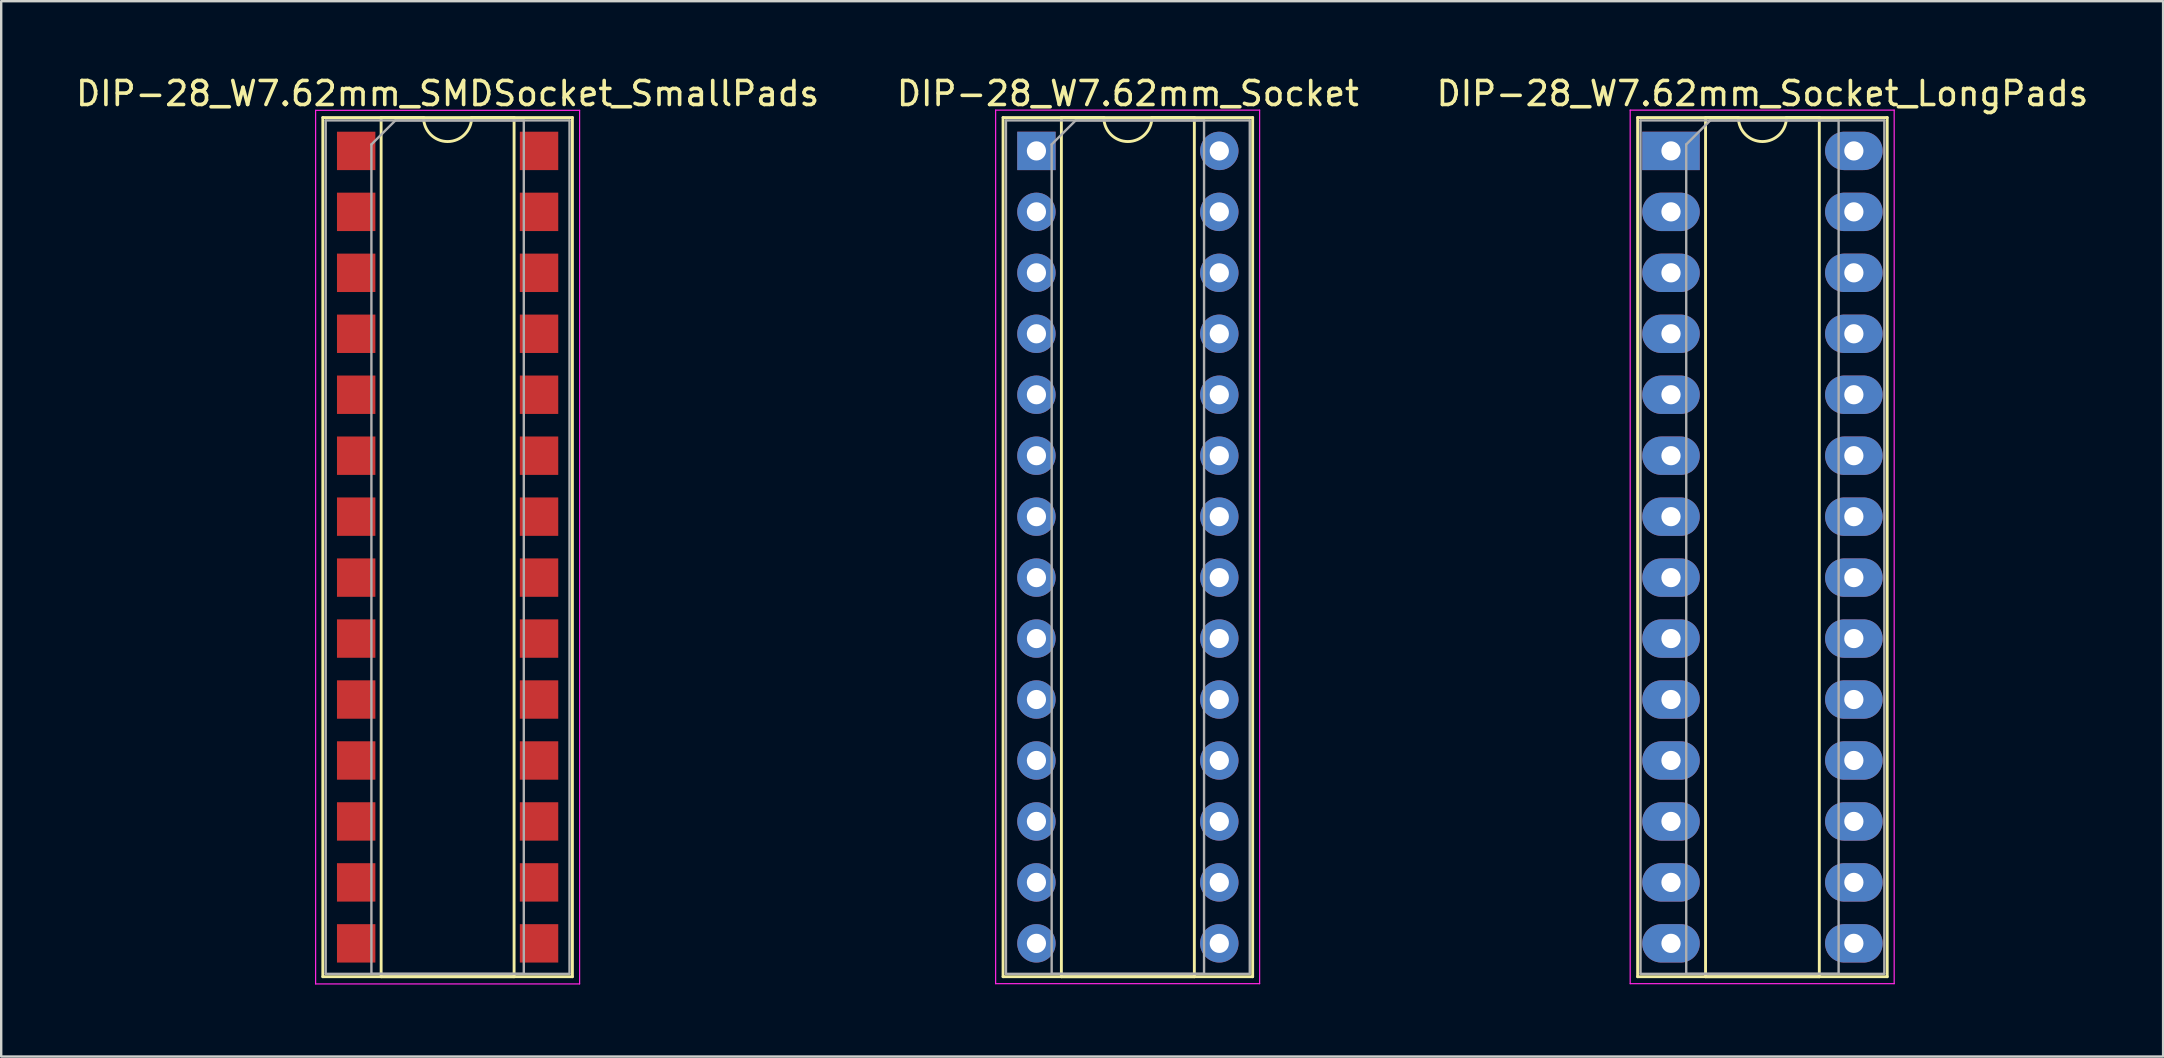
<source format=kicad_pcb>
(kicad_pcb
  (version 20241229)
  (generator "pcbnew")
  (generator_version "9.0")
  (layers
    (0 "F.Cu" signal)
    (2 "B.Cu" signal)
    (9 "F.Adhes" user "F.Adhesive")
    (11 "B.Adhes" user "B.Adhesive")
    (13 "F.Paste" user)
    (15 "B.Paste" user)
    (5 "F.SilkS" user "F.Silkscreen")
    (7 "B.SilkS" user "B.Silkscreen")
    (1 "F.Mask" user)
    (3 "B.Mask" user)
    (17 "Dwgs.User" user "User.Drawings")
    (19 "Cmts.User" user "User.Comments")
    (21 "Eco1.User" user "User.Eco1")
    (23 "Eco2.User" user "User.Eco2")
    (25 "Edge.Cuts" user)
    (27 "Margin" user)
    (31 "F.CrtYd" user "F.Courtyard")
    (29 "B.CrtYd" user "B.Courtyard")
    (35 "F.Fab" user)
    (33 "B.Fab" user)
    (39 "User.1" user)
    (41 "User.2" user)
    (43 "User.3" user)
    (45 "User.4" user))
  (footprint "DIP-28_W7.62mm_Socket"
    (layer "F.Cu")
    (at 40.136 3.238)
    (property "Reference" "DIP-28_W7.62mm_Socket" (at 3.81 -2.39 0) (layer "F.SilkS") (effects (font (size 1 1) (thickness 0.15))))
    (attr through_hole)
    (fp_line (start -1.39 -1.39) (end -1.39 34.41) (stroke (width 0.12) (type solid)) (layer "F.SilkS"))
    (fp_line (start -1.39 34.41) (end 9.01 34.41) (stroke (width 0.12) (type solid)) (layer "F.SilkS"))
    (fp_line (start 1.04 -1.39) (end 1.04 34.41) (stroke (width 0.12) (type solid)) (layer "F.SilkS"))
    (fp_line (start 1.04 34.41) (end 6.58 34.41) (stroke (width 0.12) (type solid)) (layer "F.SilkS"))
    (fp_line (start 2.81 -1.39) (end 1.04 -1.39) (stroke (width 0.12) (type solid)) (layer "F.SilkS"))
    (fp_line (start 6.58 -1.39) (end 4.81 -1.39) (stroke (width 0.12) (type solid)) (layer "F.SilkS"))
    (fp_line (start 6.58 34.41) (end 6.58 -1.39) (stroke (width 0.12) (type solid)) (layer "F.SilkS"))
    (fp_line (start 9.01 -1.39) (end -1.39 -1.39) (stroke (width 0.12) (type solid)) (layer "F.SilkS"))
    (fp_line (start 9.01 34.41) (end 9.01 -1.39) (stroke (width 0.12) (type solid)) (layer "F.SilkS"))
    (fp_arc (start 4.81 -1.39) (mid 3.81 -0.39) (end 2.81 -1.39) (stroke (width 0.12) (type solid)) (layer "F.SilkS"))
    (fp_line (start -1.7 -1.7) (end -1.7 34.7) (stroke (width 0.05) (type solid)) (layer "F.CrtYd"))
    (fp_line (start -1.7 34.7) (end 9.3 34.7) (stroke (width 0.05) (type solid)) (layer "F.CrtYd"))
    (fp_line (start 9.3 -1.7) (end -1.7 -1.7) (stroke (width 0.05) (type solid)) (layer "F.CrtYd"))
    (fp_line (start 9.3 34.7) (end 9.3 -1.7) (stroke (width 0.05) (type solid)) (layer "F.CrtYd"))
    (fp_line (start -1.27 -1.27) (end -1.27 34.29) (stroke (width 0.1) (type solid)) (layer "F.Fab"))
    (fp_line (start -1.27 34.29) (end 8.89 34.29) (stroke (width 0.1) (type solid)) (layer "F.Fab"))
    (fp_line (start 0.635 -0.27) (end 1.635 -1.27) (stroke (width 0.1) (type solid)) (layer "F.Fab"))
    (fp_line (start 0.635 34.29) (end 0.635 -0.27) (stroke (width 0.1) (type solid)) (layer "F.Fab"))
    (fp_line (start 1.635 -1.27) (end 6.985 -1.27) (stroke (width 0.1) (type solid)) (layer "F.Fab"))
    (fp_line (start 6.985 -1.27) (end 6.985 34.29) (stroke (width 0.1) (type solid)) (layer "F.Fab"))
    (fp_line (start 6.985 34.29) (end 0.635 34.29) (stroke (width 0.1) (type solid)) (layer "F.Fab"))
    (fp_line (start 8.89 -1.27) (end -1.27 -1.27) (stroke (width 0.1) (type solid)) (layer "F.Fab"))
    (fp_line (start 8.89 34.29) (end 8.89 -1.27) (stroke (width 0.1) (type solid)) (layer "F.Fab"))
    (pad "1" thru_hole rect (at 0 0) (size 1.6 1.6) (drill 0.8) (layers "*.Cu" "*.Mask"))
    (pad "2" thru_hole oval (at 0 2.54) (size 1.6 1.6) (drill 0.8) (layers "*.Cu" "*.Mask"))
    (pad "3" thru_hole oval (at 0 5.08) (size 1.6 1.6) (drill 0.8) (layers "*.Cu" "*.Mask"))
    (pad "4" thru_hole oval (at 0 7.62) (size 1.6 1.6) (drill 0.8) (layers "*.Cu" "*.Mask"))
    (pad "5" thru_hole oval (at 0 10.16) (size 1.6 1.6) (drill 0.8) (layers "*.Cu" "*.Mask"))
    (pad "6" thru_hole oval (at 0 12.7) (size 1.6 1.6) (drill 0.8) (layers "*.Cu" "*.Mask"))
    (pad "7" thru_hole oval (at 0 15.24) (size 1.6 1.6) (drill 0.8) (layers "*.Cu" "*.Mask"))
    (pad "8" thru_hole oval (at 0 17.78) (size 1.6 1.6) (drill 0.8) (layers "*.Cu" "*.Mask"))
    (pad "9" thru_hole oval (at 0 20.32) (size 1.6 1.6) (drill 0.8) (layers "*.Cu" "*.Mask"))
    (pad "10" thru_hole oval (at 0 22.86) (size 1.6 1.6) (drill 0.8) (layers "*.Cu" "*.Mask"))
    (pad "11" thru_hole oval (at 0 25.4) (size 1.6 1.6) (drill 0.8) (layers "*.Cu" "*.Mask"))
    (pad "12" thru_hole oval (at 0 27.94) (size 1.6 1.6) (drill 0.8) (layers "*.Cu" "*.Mask"))
    (pad "13" thru_hole oval (at 0 30.48) (size 1.6 1.6) (drill 0.8) (layers "*.Cu" "*.Mask"))
    (pad "14" thru_hole oval (at 0 33.02) (size 1.6 1.6) (drill 0.8) (layers "*.Cu" "*.Mask"))
    (pad "15" thru_hole oval (at 7.62 33.02) (size 1.6 1.6) (drill 0.8) (layers "*.Cu" "*.Mask"))
    (pad "16" thru_hole oval (at 7.62 30.48) (size 1.6 1.6) (drill 0.8) (layers "*.Cu" "*.Mask"))
    (pad "17" thru_hole oval (at 7.62 27.94) (size 1.6 1.6) (drill 0.8) (layers "*.Cu" "*.Mask"))
    (pad "18" thru_hole oval (at 7.62 25.4) (size 1.6 1.6) (drill 0.8) (layers "*.Cu" "*.Mask"))
    (pad "19" thru_hole oval (at 7.62 22.86) (size 1.6 1.6) (drill 0.8) (layers "*.Cu" "*.Mask"))
    (pad "20" thru_hole oval (at 7.62 20.32) (size 1.6 1.6) (drill 0.8) (layers "*.Cu" "*.Mask"))
    (pad "21" thru_hole oval (at 7.62 17.78) (size 1.6 1.6) (drill 0.8) (layers "*.Cu" "*.Mask"))
    (pad "22" thru_hole oval (at 7.62 15.24) (size 1.6 1.6) (drill 0.8) (layers "*.Cu" "*.Mask"))
    (pad "23" thru_hole oval (at 7.62 12.7) (size 1.6 1.6) (drill 0.8) (layers "*.Cu" "*.Mask"))
    (pad "24" thru_hole oval (at 7.62 10.16) (size 1.6 1.6) (drill 0.8) (layers "*.Cu" "*.Mask"))
    (pad "25" thru_hole oval (at 7.62 7.62) (size 1.6 1.6) (drill 0.8) (layers "*.Cu" "*.Mask"))
    (pad "26" thru_hole oval (at 7.62 5.08) (size 1.6 1.6) (drill 0.8) (layers "*.Cu" "*.Mask"))
    (pad "27" thru_hole oval (at 7.62 2.54) (size 1.6 1.6) (drill 0.8) (layers "*.Cu" "*.Mask"))
    (pad "28" thru_hole oval (at 7.62 0) (size 1.6 1.6) (drill 0.8) (layers "*.Cu" "*.Mask")))
  (footprint "DIP-28_W7.62mm_SMDSocket_SmallPads"
    (layer "F.Cu")
    (at 15.601 19.748)
    (property "Reference" "DIP-28_W7.62mm_SMDSocket_SmallPads" (at 0 -18.9 0) (layer "F.SilkS") (effects (font (size 1 1) (thickness 0.15))))
    (attr smd)
    (fp_line (start -5.2 -17.9) (end -5.2 17.9) (stroke (width 0.12) (type solid)) (layer "F.SilkS"))
    (fp_line (start -5.2 17.9) (end 5.2 17.9) (stroke (width 0.12) (type solid)) (layer "F.SilkS"))
    (fp_line (start -2.77 -17.9) (end -2.77 17.9) (stroke (width 0.12) (type solid)) (layer "F.SilkS"))
    (fp_line (start -2.77 17.9) (end 2.77 17.9) (stroke (width 0.12) (type solid)) (layer "F.SilkS"))
    (fp_line (start -1 -17.9) (end -2.77 -17.9) (stroke (width 0.12) (type solid)) (layer "F.SilkS"))
    (fp_line (start 2.77 -17.9) (end 1 -17.9) (stroke (width 0.12) (type solid)) (layer "F.SilkS"))
    (fp_line (start 2.77 17.9) (end 2.77 -17.9) (stroke (width 0.12) (type solid)) (layer "F.SilkS"))
    (fp_line (start 5.2 -17.9) (end -5.2 -17.9) (stroke (width 0.12) (type solid)) (layer "F.SilkS"))
    (fp_line (start 5.2 17.9) (end 5.2 -17.9) (stroke (width 0.12) (type solid)) (layer "F.SilkS"))
    (fp_arc (start 1 -17.9) (mid 0 -16.9) (end -1 -17.9) (stroke (width 0.12) (type solid)) (layer "F.SilkS"))
    (fp_line (start -5.5 -18.2) (end -5.5 18.2) (stroke (width 0.05) (type solid)) (layer "F.CrtYd"))
    (fp_line (start -5.5 18.2) (end 5.5 18.2) (stroke (width 0.05) (type solid)) (layer "F.CrtYd"))
    (fp_line (start 5.5 -18.2) (end -5.5 -18.2) (stroke (width 0.05) (type solid)) (layer "F.CrtYd"))
    (fp_line (start 5.5 18.2) (end 5.5 -18.2) (stroke (width 0.05) (type solid)) (layer "F.CrtYd"))
    (fp_line (start -5.08 -17.78) (end -5.08 17.78) (stroke (width 0.1) (type solid)) (layer "F.Fab"))
    (fp_line (start -5.08 17.78) (end 5.08 17.78) (stroke (width 0.1) (type solid)) (layer "F.Fab"))
    (fp_line (start -3.175 -16.78) (end -2.175 -17.78) (stroke (width 0.1) (type solid)) (layer "F.Fab"))
    (fp_line (start -3.175 17.78) (end -3.175 -16.78) (stroke (width 0.1) (type solid)) (layer "F.Fab"))
    (fp_line (start -2.175 -17.78) (end 3.175 -17.78) (stroke (width 0.1) (type solid)) (layer "F.Fab"))
    (fp_line (start 3.175 -17.78) (end 3.175 17.78) (stroke (width 0.1) (type solid)) (layer "F.Fab"))
    (fp_line (start 3.175 17.78) (end -3.175 17.78) (stroke (width 0.1) (type solid)) (layer "F.Fab"))
    (fp_line (start 5.08 -17.78) (end -5.08 -17.78) (stroke (width 0.1) (type solid)) (layer "F.Fab"))
    (fp_line (start 5.08 17.78) (end 5.08 -17.78) (stroke (width 0.1) (type solid)) (layer "F.Fab"))
    (pad "1" smd rect (at -3.81 -16.51) (size 1.6 1.6) (layers "F.Cu" "F.Mask"))
    (pad "2" smd rect (at -3.81 -13.97) (size 1.6 1.6) (layers "F.Cu" "F.Mask"))
    (pad "3" smd rect (at -3.81 -11.43) (size 1.6 1.6) (layers "F.Cu" "F.Mask"))
    (pad "4" smd rect (at -3.81 -8.89) (size 1.6 1.6) (layers "F.Cu" "F.Mask"))
    (pad "5" smd rect (at -3.81 -6.35) (size 1.6 1.6) (layers "F.Cu" "F.Mask"))
    (pad "6" smd rect (at -3.81 -3.81) (size 1.6 1.6) (layers "F.Cu" "F.Mask"))
    (pad "7" smd rect (at -3.81 -1.27) (size 1.6 1.6) (layers "F.Cu" "F.Mask"))
    (pad "8" smd rect (at -3.81 1.27) (size 1.6 1.6) (layers "F.Cu" "F.Mask"))
    (pad "9" smd rect (at -3.81 3.81) (size 1.6 1.6) (layers "F.Cu" "F.Mask"))
    (pad "10" smd rect (at -3.81 6.35) (size 1.6 1.6) (layers "F.Cu" "F.Mask"))
    (pad "11" smd rect (at -3.81 8.89) (size 1.6 1.6) (layers "F.Cu" "F.Mask"))
    (pad "12" smd rect (at -3.81 11.43) (size 1.6 1.6) (layers "F.Cu" "F.Mask"))
    (pad "13" smd rect (at -3.81 13.97) (size 1.6 1.6) (layers "F.Cu" "F.Mask"))
    (pad "14" smd rect (at -3.81 16.51) (size 1.6 1.6) (layers "F.Cu" "F.Mask"))
    (pad "15" smd rect (at 3.81 16.51) (size 1.6 1.6) (layers "F.Cu" "F.Mask"))
    (pad "16" smd rect (at 3.81 13.97) (size 1.6 1.6) (layers "F.Cu" "F.Mask"))
    (pad "17" smd rect (at 3.81 11.43) (size 1.6 1.6) (layers "F.Cu" "F.Mask"))
    (pad "18" smd rect (at 3.81 8.89) (size 1.6 1.6) (layers "F.Cu" "F.Mask"))
    (pad "19" smd rect (at 3.81 6.35) (size 1.6 1.6) (layers "F.Cu" "F.Mask"))
    (pad "20" smd rect (at 3.81 3.81) (size 1.6 1.6) (layers "F.Cu" "F.Mask"))
    (pad "21" smd rect (at 3.81 1.27) (size 1.6 1.6) (layers "F.Cu" "F.Mask"))
    (pad "22" smd rect (at 3.81 -1.27) (size 1.6 1.6) (layers "F.Cu" "F.Mask"))
    (pad "23" smd rect (at 3.81 -3.81) (size 1.6 1.6) (layers "F.Cu" "F.Mask"))
    (pad "24" smd rect (at 3.81 -6.35) (size 1.6 1.6) (layers "F.Cu" "F.Mask"))
    (pad "25" smd rect (at 3.81 -8.89) (size 1.6 1.6) (layers "F.Cu" "F.Mask"))
    (pad "26" smd rect (at 3.81 -11.43) (size 1.6 1.6) (layers "F.Cu" "F.Mask"))
    (pad "27" smd rect (at 3.81 -13.97) (size 1.6 1.6) (layers "F.Cu" "F.Mask"))
    (pad "28" smd rect (at 3.81 -16.51) (size 1.6 1.6) (layers "F.Cu" "F.Mask")))
  (footprint "DIP-28_W7.62mm_Socket_LongPads"
    (layer "F.Cu")
    (at 66.577 3.238)
    (property "Reference" "DIP-28_W7.62mm_Socket_LongPads" (at 3.81 -2.39 0) (layer "F.SilkS") (effects (font (size 1 1) (thickness 0.15))))
    (attr through_hole)
    (fp_line (start -1.39 -1.39) (end -1.39 34.41) (stroke (width 0.12) (type solid)) (layer "F.SilkS"))
    (fp_line (start -1.39 34.41) (end 9.01 34.41) (stroke (width 0.12) (type solid)) (layer "F.SilkS"))
    (fp_line (start 1.44 -1.39) (end 1.44 34.41) (stroke (width 0.12) (type solid)) (layer "F.SilkS"))
    (fp_line (start 1.44 34.41) (end 6.18 34.41) (stroke (width 0.12) (type solid)) (layer "F.SilkS"))
    (fp_line (start 2.81 -1.39) (end 1.44 -1.39) (stroke (width 0.12) (type solid)) (layer "F.SilkS"))
    (fp_line (start 6.18 -1.39) (end 4.81 -1.39) (stroke (width 0.12) (type solid)) (layer "F.SilkS"))
    (fp_line (start 6.18 34.41) (end 6.18 -1.39) (stroke (width 0.12) (type solid)) (layer "F.SilkS"))
    (fp_line (start 9.01 -1.39) (end -1.39 -1.39) (stroke (width 0.12) (type solid)) (layer "F.SilkS"))
    (fp_line (start 9.01 34.41) (end 9.01 -1.39) (stroke (width 0.12) (type solid)) (layer "F.SilkS"))
    (fp_arc (start 4.81 -1.39) (mid 3.81 -0.39) (end 2.81 -1.39) (stroke (width 0.12) (type solid)) (layer "F.SilkS"))
    (fp_line (start -1.7 -1.7) (end -1.7 34.7) (stroke (width 0.05) (type solid)) (layer "F.CrtYd"))
    (fp_line (start -1.7 34.7) (end 9.3 34.7) (stroke (width 0.05) (type solid)) (layer "F.CrtYd"))
    (fp_line (start 9.3 -1.7) (end -1.7 -1.7) (stroke (width 0.05) (type solid)) (layer "F.CrtYd"))
    (fp_line (start 9.3 34.7) (end 9.3 -1.7) (stroke (width 0.05) (type solid)) (layer "F.CrtYd"))
    (fp_line (start -1.27 -1.27) (end -1.27 34.29) (stroke (width 0.1) (type solid)) (layer "F.Fab"))
    (fp_line (start -1.27 34.29) (end 8.89 34.29) (stroke (width 0.1) (type solid)) (layer "F.Fab"))
    (fp_line (start 0.635 -0.27) (end 1.635 -1.27) (stroke (width 0.1) (type solid)) (layer "F.Fab"))
    (fp_line (start 0.635 34.29) (end 0.635 -0.27) (stroke (width 0.1) (type solid)) (layer "F.Fab"))
    (fp_line (start 1.635 -1.27) (end 6.985 -1.27) (stroke (width 0.1) (type solid)) (layer "F.Fab"))
    (fp_line (start 6.985 -1.27) (end 6.985 34.29) (stroke (width 0.1) (type solid)) (layer "F.Fab"))
    (fp_line (start 6.985 34.29) (end 0.635 34.29) (stroke (width 0.1) (type solid)) (layer "F.Fab"))
    (fp_line (start 8.89 -1.27) (end -1.27 -1.27) (stroke (width 0.1) (type solid)) (layer "F.Fab"))
    (fp_line (start 8.89 34.29) (end 8.89 -1.27) (stroke (width 0.1) (type solid)) (layer "F.Fab"))
    (pad "1" thru_hole rect (at 0 0) (size 2.4 1.6) (drill 0.8) (layers "*.Cu" "*.Mask"))
    (pad "2" thru_hole oval (at 0 2.54) (size 2.4 1.6) (drill 0.8) (layers "*.Cu" "*.Mask"))
    (pad "3" thru_hole oval (at 0 5.08) (size 2.4 1.6) (drill 0.8) (layers "*.Cu" "*.Mask"))
    (pad "4" thru_hole oval (at 0 7.62) (size 2.4 1.6) (drill 0.8) (layers "*.Cu" "*.Mask"))
    (pad "5" thru_hole oval (at 0 10.16) (size 2.4 1.6) (drill 0.8) (layers "*.Cu" "*.Mask"))
    (pad "6" thru_hole oval (at 0 12.7) (size 2.4 1.6) (drill 0.8) (layers "*.Cu" "*.Mask"))
    (pad "7" thru_hole oval (at 0 15.24) (size 2.4 1.6) (drill 0.8) (layers "*.Cu" "*.Mask"))
    (pad "8" thru_hole oval (at 0 17.78) (size 2.4 1.6) (drill 0.8) (layers "*.Cu" "*.Mask"))
    (pad "9" thru_hole oval (at 0 20.32) (size 2.4 1.6) (drill 0.8) (layers "*.Cu" "*.Mask"))
    (pad "10" thru_hole oval (at 0 22.86) (size 2.4 1.6) (drill 0.8) (layers "*.Cu" "*.Mask"))
    (pad "11" thru_hole oval (at 0 25.4) (size 2.4 1.6) (drill 0.8) (layers "*.Cu" "*.Mask"))
    (pad "12" thru_hole oval (at 0 27.94) (size 2.4 1.6) (drill 0.8) (layers "*.Cu" "*.Mask"))
    (pad "13" thru_hole oval (at 0 30.48) (size 2.4 1.6) (drill 0.8) (layers "*.Cu" "*.Mask"))
    (pad "14" thru_hole oval (at 0 33.02) (size 2.4 1.6) (drill 0.8) (layers "*.Cu" "*.Mask"))
    (pad "15" thru_hole oval (at 7.62 33.02) (size 2.4 1.6) (drill 0.8) (layers "*.Cu" "*.Mask"))
    (pad "16" thru_hole oval (at 7.62 30.48) (size 2.4 1.6) (drill 0.8) (layers "*.Cu" "*.Mask"))
    (pad "17" thru_hole oval (at 7.62 27.94) (size 2.4 1.6) (drill 0.8) (layers "*.Cu" "*.Mask"))
    (pad "18" thru_hole oval (at 7.62 25.4) (size 2.4 1.6) (drill 0.8) (layers "*.Cu" "*.Mask"))
    (pad "19" thru_hole oval (at 7.62 22.86) (size 2.4 1.6) (drill 0.8) (layers "*.Cu" "*.Mask"))
    (pad "20" thru_hole oval (at 7.62 20.32) (size 2.4 1.6) (drill 0.8) (layers "*.Cu" "*.Mask"))
    (pad "21" thru_hole oval (at 7.62 17.78) (size 2.4 1.6) (drill 0.8) (layers "*.Cu" "*.Mask"))
    (pad "22" thru_hole oval (at 7.62 15.24) (size 2.4 1.6) (drill 0.8) (layers "*.Cu" "*.Mask"))
    (pad "23" thru_hole oval (at 7.62 12.7) (size 2.4 1.6) (drill 0.8) (layers "*.Cu" "*.Mask"))
    (pad "24" thru_hole oval (at 7.62 10.16) (size 2.4 1.6) (drill 0.8) (layers "*.Cu" "*.Mask"))
    (pad "25" thru_hole oval (at 7.62 7.62) (size 2.4 1.6) (drill 0.8) (layers "*.Cu" "*.Mask"))
    (pad "26" thru_hole oval (at 7.62 5.08) (size 2.4 1.6) (drill 0.8) (layers "*.Cu" "*.Mask"))
    (pad "27" thru_hole oval (at 7.62 2.54) (size 2.4 1.6) (drill 0.8) (layers "*.Cu" "*.Mask"))
    (pad "28" thru_hole oval (at 7.62 0) (size 2.4 1.6) (drill 0.8) (layers "*.Cu" "*.Mask")))
  (gr_rect
    (start -3 -3)
    (end 87.083 40.973)
    (stroke (width 0.1) (type default))
    (fill no)
    (layer "Edge.Cuts")))
</source>
